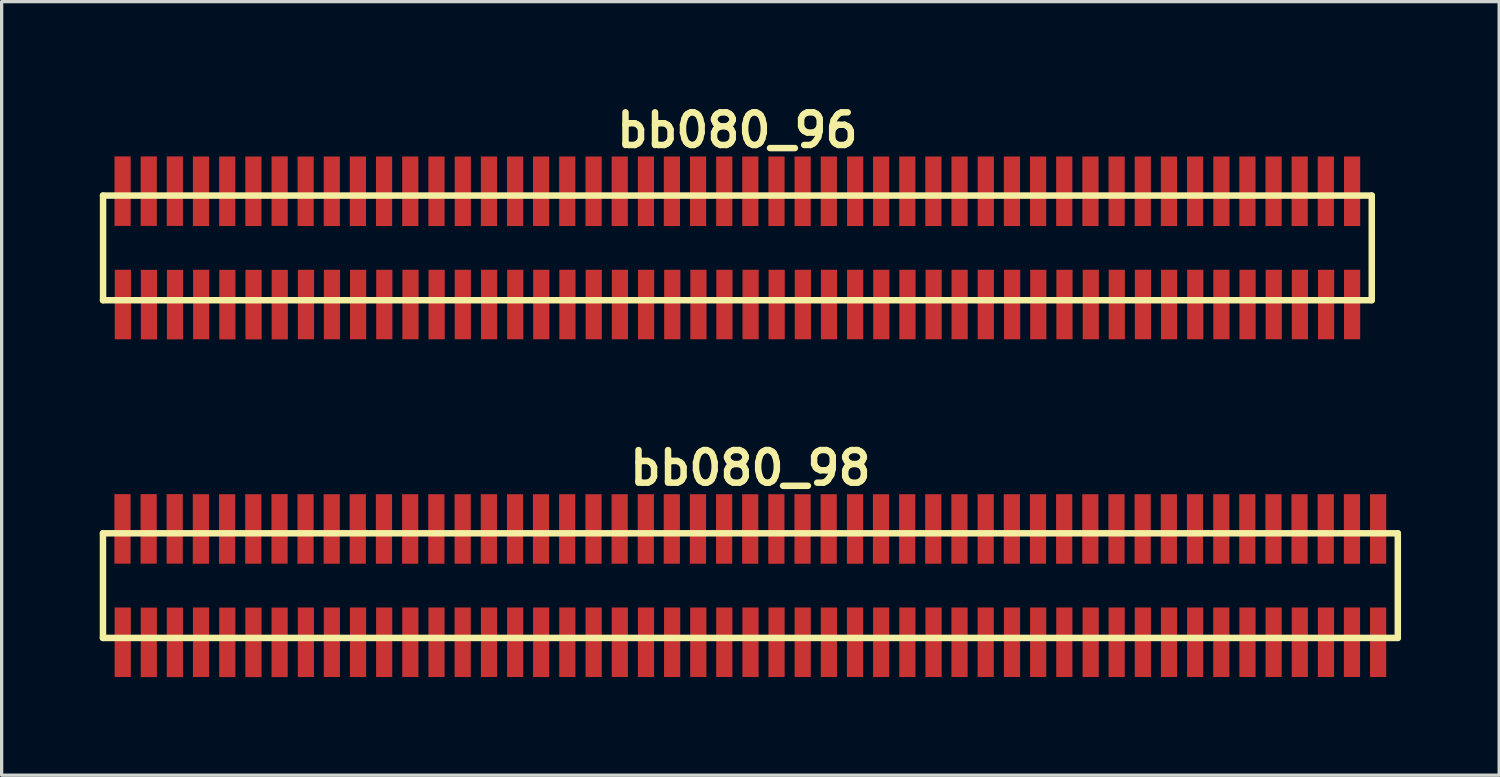
<source format=kicad_pcb>
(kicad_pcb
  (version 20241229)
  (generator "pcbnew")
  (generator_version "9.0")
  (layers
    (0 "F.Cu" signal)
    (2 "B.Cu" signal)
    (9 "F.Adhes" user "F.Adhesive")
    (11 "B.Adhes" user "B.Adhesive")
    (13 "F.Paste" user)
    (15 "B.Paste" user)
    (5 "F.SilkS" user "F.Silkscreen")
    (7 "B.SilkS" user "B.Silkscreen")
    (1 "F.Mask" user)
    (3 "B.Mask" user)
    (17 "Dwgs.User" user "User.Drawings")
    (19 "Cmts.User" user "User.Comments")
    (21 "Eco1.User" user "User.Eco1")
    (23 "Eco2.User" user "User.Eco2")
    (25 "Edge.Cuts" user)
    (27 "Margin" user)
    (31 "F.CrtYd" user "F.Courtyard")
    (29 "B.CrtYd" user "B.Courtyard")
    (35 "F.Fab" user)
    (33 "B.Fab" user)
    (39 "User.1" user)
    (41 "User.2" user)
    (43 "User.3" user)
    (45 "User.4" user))
  (footprint "bb080_98"
    (layer "F.Cu")
    (at 19.898 14.859)
    (property "Reference" "bb080_98" (at 0 -3.599 0) (layer "F.SilkS") (effects (font (size 0.998 0.998) (thickness 0.198))))
    (attr through_hole)
    (fp_line (start -19.799 -1.6) (end -19.799 1.6) (stroke (width 0.198) (type solid)) (layer "F.SilkS"))
    (fp_line (start -19.799 1.6) (end 19.799 1.6) (stroke (width 0.198) (type solid)) (layer "F.SilkS"))
    (fp_line (start 19.799 -1.6) (end -19.799 -1.6) (stroke (width 0.198) (type solid)) (layer "F.SilkS"))
    (fp_line (start 19.799 1.6) (end 19.799 -1.6) (stroke (width 0.198) (type solid)) (layer "F.SilkS"))
    (pad "1" smd rect (at -19.195 1.732) (size 0.495 2.126) (layers "F.Cu" "F.Mask" "F.Paste"))
    (pad "2" smd rect (at -19.202 -1.735) (size 0.495 2.126) (layers "F.Cu" "F.Mask" "F.Paste"))
    (pad "3" smd rect (at -18.397 1.735) (size 0.495 2.126) (layers "F.Cu" "F.Mask" "F.Paste"))
    (pad "4" smd rect (at -18.402 -1.735) (size 0.495 2.126) (layers "F.Cu" "F.Mask" "F.Paste"))
    (pad "5" smd rect (at -17.6 1.735) (size 0.495 2.126) (layers "F.Cu" "F.Mask" "F.Paste"))
    (pad "6" smd rect (at -17.605 -1.735) (size 0.495 2.126) (layers "F.Cu" "F.Mask" "F.Paste"))
    (pad "7" smd rect (at -16.8 1.732) (size 0.495 2.126) (layers "F.Cu" "F.Mask" "F.Paste"))
    (pad "8" smd rect (at -16.805 -1.732) (size 0.495 2.126) (layers "F.Cu" "F.Mask" "F.Paste"))
    (pad "9" smd rect (at -15.997 1.735) (size 0.495 2.126) (layers "F.Cu" "F.Mask" "F.Paste"))
    (pad "10" smd rect (at -16.002 -1.732) (size 0.495 2.126) (layers "F.Cu" "F.Mask" "F.Paste"))
    (pad "11" smd rect (at -15.197 1.735) (size 0.495 2.126) (layers "F.Cu" "F.Mask" "F.Paste"))
    (pad "12" smd rect (at -15.202 -1.732) (size 0.495 2.126) (layers "F.Cu" "F.Mask" "F.Paste"))
    (pad "13" smd rect (at -14.397 1.735) (size 0.495 2.126) (layers "F.Cu" "F.Mask" "F.Paste"))
    (pad "14" smd rect (at -14.399 -1.735) (size 0.495 2.126) (layers "F.Cu" "F.Mask" "F.Paste"))
    (pad "15" smd rect (at -13.594 1.732) (size 0.495 2.126) (layers "F.Cu" "F.Mask" "F.Paste"))
    (pad "16" smd rect (at -13.604 -1.732) (size 0.495 2.126) (layers "F.Cu" "F.Mask" "F.Paste"))
    (pad "17" smd rect (at -12.799 1.732) (size 0.495 2.126) (layers "F.Cu" "F.Mask" "F.Paste"))
    (pad "18" smd rect (at -12.804 -1.732) (size 0.495 2.126) (layers "F.Cu" "F.Mask" "F.Paste"))
    (pad "19" smd rect (at -11.999 1.732) (size 0.495 2.126) (layers "F.Cu" "F.Mask" "F.Paste"))
    (pad "20" smd rect (at -12.007 -1.732) (size 0.495 2.126) (layers "F.Cu" "F.Mask" "F.Paste"))
    (pad "21" smd rect (at -11.199 1.732) (size 0.495 2.126) (layers "F.Cu" "F.Mask" "F.Paste"))
    (pad "22" smd rect (at -11.206 -1.732) (size 0.495 2.126) (layers "F.Cu" "F.Mask" "F.Paste"))
    (pad "23" smd rect (at -10.399 1.732) (size 0.495 2.126) (layers "F.Cu" "F.Mask" "F.Paste"))
    (pad "24" smd rect (at -10.404 -1.732) (size 0.495 2.126) (layers "F.Cu" "F.Mask" "F.Paste"))
    (pad "25" smd rect (at -9.599 1.732) (size 0.495 2.126) (layers "F.Cu" "F.Mask" "F.Paste"))
    (pad "26" smd rect (at -9.604 -1.732) (size 0.495 2.126) (layers "F.Cu" "F.Mask" "F.Paste"))
    (pad "27" smd rect (at -8.799 1.732) (size 0.495 2.126) (layers "F.Cu" "F.Mask" "F.Paste"))
    (pad "28" smd rect (at -8.799 -1.732) (size 0.495 2.126) (layers "F.Cu" "F.Mask" "F.Paste"))
    (pad "29" smd rect (at -7.993 1.732) (size 0.495 2.126) (layers "F.Cu" "F.Mask" "F.Paste"))
    (pad "30" smd rect (at -7.998 -1.732) (size 0.495 2.126) (layers "F.Cu" "F.Mask" "F.Paste"))
    (pad "31" smd rect (at -7.193 1.732) (size 0.495 2.126) (layers "F.Cu" "F.Mask" "F.Paste"))
    (pad "32" smd rect (at -7.198 -1.732) (size 0.495 2.126) (layers "F.Cu" "F.Mask" "F.Paste"))
    (pad "33" smd rect (at -6.398 1.732) (size 0.495 2.126) (layers "F.Cu" "F.Mask" "F.Paste"))
    (pad "34" smd rect (at -6.403 -1.732) (size 0.495 2.126) (layers "F.Cu" "F.Mask" "F.Paste"))
    (pad "35" smd rect (at -5.598 1.732) (size 0.495 2.126) (layers "F.Cu" "F.Mask" "F.Paste"))
    (pad "36" smd rect (at -5.603 -1.732) (size 0.495 2.126) (layers "F.Cu" "F.Mask" "F.Paste"))
    (pad "37" smd rect (at -4.793 1.732) (size 0.495 2.126) (layers "F.Cu" "F.Mask" "F.Paste"))
    (pad "38" smd rect (at -4.798 -1.732) (size 0.495 2.126) (layers "F.Cu" "F.Mask" "F.Paste"))
    (pad "39" smd rect (at -3.993 1.732) (size 0.495 2.126) (layers "F.Cu" "F.Mask" "F.Paste"))
    (pad "40" smd rect (at -3.998 -1.732) (size 0.495 2.126) (layers "F.Cu" "F.Mask" "F.Paste"))
    (pad "41" smd rect (at -3.193 1.732) (size 0.495 2.126) (layers "F.Cu" "F.Mask" "F.Paste"))
    (pad "42" smd rect (at -3.198 -1.732) (size 0.495 2.126) (layers "F.Cu" "F.Mask" "F.Paste"))
    (pad "43" smd rect (at -2.393 1.732) (size 0.495 2.126) (layers "F.Cu" "F.Mask" "F.Paste"))
    (pad "44" smd rect (at -2.403 -1.732) (size 0.495 2.126) (layers "F.Cu" "F.Mask" "F.Paste"))
    (pad "45" smd rect (at -1.593 1.732) (size 0.495 2.126) (layers "F.Cu" "F.Mask" "F.Paste"))
    (pad "46" smd rect (at -1.603 -1.732) (size 0.495 2.126) (layers "F.Cu" "F.Mask" "F.Paste"))
    (pad "47" smd rect (at -0.798 1.732) (size 0.495 2.126) (layers "F.Cu" "F.Mask" "F.Paste"))
    (pad "48" smd rect (at -0.803 -1.732) (size 0.495 2.126) (layers "F.Cu" "F.Mask" "F.Paste"))
    (pad "49" smd rect (at 0.003 1.732) (size 0.495 2.126) (layers "F.Cu" "F.Mask" "F.Paste"))
    (pad "50" smd rect (at -0.005 -1.732) (size 0.495 2.126) (layers "F.Cu" "F.Mask" "F.Paste"))
    (pad "51" smd rect (at 0.8 1.732) (size 0.495 2.126) (layers "F.Cu" "F.Mask" "F.Paste"))
    (pad "52" smd rect (at 0.795 -1.732) (size 0.495 2.126) (layers "F.Cu" "F.Mask" "F.Paste"))
    (pad "53" smd rect (at 1.6 1.732) (size 0.495 2.126) (layers "F.Cu" "F.Mask" "F.Paste"))
    (pad "54" smd rect (at 1.595 -1.732) (size 0.495 2.126) (layers "F.Cu" "F.Mask" "F.Paste"))
    (pad "55" smd rect (at 2.4 1.732) (size 0.495 2.126) (layers "F.Cu" "F.Mask" "F.Paste"))
    (pad "56" smd rect (at 2.395 -1.732) (size 0.495 2.126) (layers "F.Cu" "F.Mask" "F.Paste"))
    (pad "57" smd rect (at 3.2 1.732) (size 0.495 2.126) (layers "F.Cu" "F.Mask" "F.Paste"))
    (pad "58" smd rect (at 3.2 -1.732) (size 0.495 2.126) (layers "F.Cu" "F.Mask" "F.Paste"))
    (pad "59" smd rect (at 4 1.732) (size 0.495 2.126) (layers "F.Cu" "F.Mask" "F.Paste"))
    (pad "60" smd rect (at 3.995 -1.732) (size 0.495 2.126) (layers "F.Cu" "F.Mask" "F.Paste"))
    (pad "61" smd rect (at 4.801 1.732) (size 0.495 2.126) (layers "F.Cu" "F.Mask" "F.Paste"))
    (pad "62" smd rect (at 4.796 -1.732) (size 0.495 2.126) (layers "F.Cu" "F.Mask" "F.Paste"))
    (pad "63" smd rect (at 5.601 1.732) (size 0.495 2.126) (layers "F.Cu" "F.Mask" "F.Paste"))
    (pad "64" smd rect (at 5.593 -1.732) (size 0.495 2.126) (layers "F.Cu" "F.Mask" "F.Paste"))
    (pad "65" smd rect (at 6.396 1.732) (size 0.495 2.126) (layers "F.Cu" "F.Mask" "F.Paste"))
    (pad "66" smd rect (at 6.393 -1.732) (size 0.495 2.126) (layers "F.Cu" "F.Mask" "F.Paste"))
    (pad "67" smd rect (at 7.196 1.732) (size 0.495 2.126) (layers "F.Cu" "F.Mask" "F.Paste"))
    (pad "68" smd rect (at 7.196 -1.732) (size 0.495 2.126) (layers "F.Cu" "F.Mask" "F.Paste"))
    (pad "69" smd rect (at 8.001 1.732) (size 0.495 2.126) (layers "F.Cu" "F.Mask" "F.Paste"))
    (pad "70" smd rect (at 7.996 -1.732) (size 0.495 2.126) (layers "F.Cu" "F.Mask" "F.Paste"))
    (pad "71" smd rect (at 8.801 1.732) (size 0.495 2.126) (layers "F.Cu" "F.Mask" "F.Paste"))
    (pad "72" smd rect (at 8.796 -1.732) (size 0.495 2.126) (layers "F.Cu" "F.Mask" "F.Paste"))
    (pad "73" smd rect (at 9.601 1.732) (size 0.495 2.126) (layers "F.Cu" "F.Mask" "F.Paste"))
    (pad "74" smd rect (at 9.596 -1.732) (size 0.495 2.126) (layers "F.Cu" "F.Mask" "F.Paste"))
    (pad "75" smd rect (at 10.406 1.732) (size 0.495 2.126) (layers "F.Cu" "F.Mask" "F.Paste"))
    (pad "76" smd rect (at 10.396 -1.732) (size 0.495 2.126) (layers "F.Cu" "F.Mask" "F.Paste"))
    (pad "77" smd rect (at 11.201 1.732) (size 0.495 2.126) (layers "F.Cu" "F.Mask" "F.Paste"))
    (pad "78" smd rect (at 11.196 -1.732) (size 0.495 2.126) (layers "F.Cu" "F.Mask" "F.Paste"))
    (pad "79" smd rect (at 12.002 1.732) (size 0.495 2.126) (layers "F.Cu" "F.Mask" "F.Paste"))
    (pad "80" smd rect (at 11.996 -1.732) (size 0.495 2.126) (layers "F.Cu" "F.Mask" "F.Paste"))
    (pad "81" smd rect (at 12.802 1.732) (size 0.495 2.126) (layers "F.Cu" "F.Mask" "F.Paste"))
    (pad "82" smd rect (at 12.797 -1.732) (size 0.495 2.126) (layers "F.Cu" "F.Mask" "F.Paste"))
    (pad "83" smd rect (at 13.602 1.732) (size 0.495 2.126) (layers "F.Cu" "F.Mask" "F.Paste"))
    (pad "84" smd rect (at 13.597 -1.732) (size 0.495 2.126) (layers "F.Cu" "F.Mask" "F.Paste"))
    (pad "85" smd rect (at 14.402 1.732) (size 0.495 2.126) (layers "F.Cu" "F.Mask" "F.Paste"))
    (pad "86" smd rect (at 14.402 -1.732) (size 0.495 2.126) (layers "F.Cu" "F.Mask" "F.Paste"))
    (pad "87" smd rect (at 15.202 1.732) (size 0.495 2.126) (layers "F.Cu" "F.Mask" "F.Paste"))
    (pad "88" smd rect (at 15.197 -1.732) (size 0.495 2.126) (layers "F.Cu" "F.Mask" "F.Paste"))
    (pad "89" smd rect (at 16.002 1.732) (size 0.495 2.126) (layers "F.Cu" "F.Mask" "F.Paste"))
    (pad "90" smd rect (at 15.997 -1.732) (size 0.495 2.126) (layers "F.Cu" "F.Mask" "F.Paste"))
    (pad "91" smd rect (at 16.802 1.732) (size 0.495 2.126) (layers "F.Cu" "F.Mask" "F.Paste"))
    (pad "92" smd rect (at 16.794 -1.732) (size 0.495 2.126) (layers "F.Cu" "F.Mask" "F.Paste"))
    (pad "93" smd rect (at 17.602 1.732) (size 0.495 2.126) (layers "F.Cu" "F.Mask" "F.Paste"))
    (pad "94" smd rect (at 17.595 -1.732) (size 0.495 2.126) (layers "F.Cu" "F.Mask" "F.Paste"))
    (pad "95" smd rect (at 18.397 1.732) (size 0.495 2.126) (layers "F.Cu" "F.Mask" "F.Paste"))
    (pad "96" smd rect (at 18.397 -1.732) (size 0.495 2.126) (layers "F.Cu" "F.Mask" "F.Paste"))
    (pad "97" smd rect (at 19.197 1.732) (size 0.495 2.126) (layers "F.Cu" "F.Mask" "F.Paste"))
    (pad "98" smd rect (at 19.197 -1.732) (size 0.495 2.126) (layers "F.Cu" "F.Mask" "F.Paste")))
  (footprint "bb080_96"
    (layer "F.Cu")
    (at 19.5 4.531)
    (property "Reference" "bb080_96" (at 0 -3.599 0) (layer "F.SilkS") (effects (font (size 0.998 0.998) (thickness 0.198))))
    (attr through_hole)
    (fp_line (start -19.401 -1.6) (end 19.401 -1.6) (stroke (width 0.198) (type solid)) (layer "F.SilkS"))
    (fp_line (start -19.398 -1.6) (end -19.398 1.6) (stroke (width 0.198) (type solid)) (layer "F.SilkS"))
    (fp_line (start 19.401 1.6) (end -19.401 1.6) (stroke (width 0.198) (type solid)) (layer "F.SilkS"))
    (fp_line (start 19.401 1.6) (end 19.401 -1.6) (stroke (width 0.198) (type solid)) (layer "F.SilkS"))
    (pad "1" smd rect (at -18.793 1.732) (size 0.495 2.126) (layers "F.Cu" "F.Mask" "F.Paste"))
    (pad "2" smd rect (at -18.801 -1.735) (size 0.495 2.126) (layers "F.Cu" "F.Mask" "F.Paste"))
    (pad "3" smd rect (at -17.996 1.735) (size 0.495 2.126) (layers "F.Cu" "F.Mask" "F.Paste"))
    (pad "4" smd rect (at -18.001 -1.735) (size 0.495 2.126) (layers "F.Cu" "F.Mask" "F.Paste"))
    (pad "5" smd rect (at -17.198 1.735) (size 0.495 2.126) (layers "F.Cu" "F.Mask" "F.Paste"))
    (pad "6" smd rect (at -17.203 -1.735) (size 0.495 2.126) (layers "F.Cu" "F.Mask" "F.Paste"))
    (pad "7" smd rect (at -16.398 1.732) (size 0.495 2.126) (layers "F.Cu" "F.Mask" "F.Paste"))
    (pad "8" smd rect (at -16.403 -1.732) (size 0.495 2.126) (layers "F.Cu" "F.Mask" "F.Paste"))
    (pad "9" smd rect (at -15.596 1.735) (size 0.495 2.126) (layers "F.Cu" "F.Mask" "F.Paste"))
    (pad "10" smd rect (at -15.601 -1.732) (size 0.495 2.126) (layers "F.Cu" "F.Mask" "F.Paste"))
    (pad "11" smd rect (at -14.796 1.735) (size 0.495 2.126) (layers "F.Cu" "F.Mask" "F.Paste"))
    (pad "12" smd rect (at -14.801 -1.732) (size 0.495 2.126) (layers "F.Cu" "F.Mask" "F.Paste"))
    (pad "13" smd rect (at -13.995 1.735) (size 0.495 2.126) (layers "F.Cu" "F.Mask" "F.Paste"))
    (pad "14" smd rect (at -13.998 -1.735) (size 0.495 2.126) (layers "F.Cu" "F.Mask" "F.Paste"))
    (pad "15" smd rect (at -13.193 1.732) (size 0.495 2.126) (layers "F.Cu" "F.Mask" "F.Paste"))
    (pad "16" smd rect (at -13.203 -1.732) (size 0.495 2.126) (layers "F.Cu" "F.Mask" "F.Paste"))
    (pad "17" smd rect (at -12.398 1.732) (size 0.495 2.126) (layers "F.Cu" "F.Mask" "F.Paste"))
    (pad "18" smd rect (at -12.403 -1.732) (size 0.495 2.126) (layers "F.Cu" "F.Mask" "F.Paste"))
    (pad "19" smd rect (at -11.598 1.732) (size 0.495 2.126) (layers "F.Cu" "F.Mask" "F.Paste"))
    (pad "20" smd rect (at -11.605 -1.732) (size 0.495 2.126) (layers "F.Cu" "F.Mask" "F.Paste"))
    (pad "21" smd rect (at -10.798 1.732) (size 0.495 2.126) (layers "F.Cu" "F.Mask" "F.Paste"))
    (pad "22" smd rect (at -10.805 -1.732) (size 0.495 2.126) (layers "F.Cu" "F.Mask" "F.Paste"))
    (pad "23" smd rect (at -9.997 1.732) (size 0.495 2.126) (layers "F.Cu" "F.Mask" "F.Paste"))
    (pad "24" smd rect (at -10.003 -1.732) (size 0.495 2.126) (layers "F.Cu" "F.Mask" "F.Paste"))
    (pad "25" smd rect (at -9.197 1.732) (size 0.495 2.126) (layers "F.Cu" "F.Mask" "F.Paste"))
    (pad "26" smd rect (at -9.202 -1.732) (size 0.495 2.126) (layers "F.Cu" "F.Mask" "F.Paste"))
    (pad "27" smd rect (at -8.397 1.732) (size 0.495 2.126) (layers "F.Cu" "F.Mask" "F.Paste"))
    (pad "28" smd rect (at -8.397 -1.732) (size 0.495 2.126) (layers "F.Cu" "F.Mask" "F.Paste"))
    (pad "29" smd rect (at -7.592 1.732) (size 0.495 2.126) (layers "F.Cu" "F.Mask" "F.Paste"))
    (pad "30" smd rect (at -7.597 -1.732) (size 0.495 2.126) (layers "F.Cu" "F.Mask" "F.Paste"))
    (pad "31" smd rect (at -6.792 1.732) (size 0.495 2.126) (layers "F.Cu" "F.Mask" "F.Paste"))
    (pad "32" smd rect (at -6.797 -1.732) (size 0.495 2.126) (layers "F.Cu" "F.Mask" "F.Paste"))
    (pad "33" smd rect (at -5.997 1.732) (size 0.495 2.126) (layers "F.Cu" "F.Mask" "F.Paste"))
    (pad "34" smd rect (at -6.002 -1.732) (size 0.495 2.126) (layers "F.Cu" "F.Mask" "F.Paste"))
    (pad "35" smd rect (at -5.197 1.732) (size 0.495 2.126) (layers "F.Cu" "F.Mask" "F.Paste"))
    (pad "36" smd rect (at -5.202 -1.732) (size 0.495 2.126) (layers "F.Cu" "F.Mask" "F.Paste"))
    (pad "37" smd rect (at -4.392 1.732) (size 0.495 2.126) (layers "F.Cu" "F.Mask" "F.Paste"))
    (pad "38" smd rect (at -4.397 -1.732) (size 0.495 2.126) (layers "F.Cu" "F.Mask" "F.Paste"))
    (pad "39" smd rect (at -3.592 1.732) (size 0.495 2.126) (layers "F.Cu" "F.Mask" "F.Paste"))
    (pad "40" smd rect (at -3.597 -1.732) (size 0.495 2.126) (layers "F.Cu" "F.Mask" "F.Paste"))
    (pad "41" smd rect (at -2.791 1.732) (size 0.495 2.126) (layers "F.Cu" "F.Mask" "F.Paste"))
    (pad "42" smd rect (at -2.797 -1.732) (size 0.495 2.126) (layers "F.Cu" "F.Mask" "F.Paste"))
    (pad "43" smd rect (at -1.991 1.732) (size 0.495 2.126) (layers "F.Cu" "F.Mask" "F.Paste"))
    (pad "44" smd rect (at -2.002 -1.732) (size 0.495 2.126) (layers "F.Cu" "F.Mask" "F.Paste"))
    (pad "45" smd rect (at -1.191 1.732) (size 0.495 2.126) (layers "F.Cu" "F.Mask" "F.Paste"))
    (pad "46" smd rect (at -1.201 -1.732) (size 0.495 2.126) (layers "F.Cu" "F.Mask" "F.Paste"))
    (pad "47" smd rect (at -0.396 1.732) (size 0.495 2.126) (layers "F.Cu" "F.Mask" "F.Paste"))
    (pad "48" smd rect (at -0.401 -1.732) (size 0.495 2.126) (layers "F.Cu" "F.Mask" "F.Paste"))
    (pad "49" smd rect (at 0.404 1.732) (size 0.495 2.126) (layers "F.Cu" "F.Mask" "F.Paste"))
    (pad "50" smd rect (at 0.396 -1.732) (size 0.495 2.126) (layers "F.Cu" "F.Mask" "F.Paste"))
    (pad "51" smd rect (at 1.201 1.732) (size 0.495 2.126) (layers "F.Cu" "F.Mask" "F.Paste"))
    (pad "52" smd rect (at 1.196 -1.732) (size 0.495 2.126) (layers "F.Cu" "F.Mask" "F.Paste"))
    (pad "53" smd rect (at 2.002 1.732) (size 0.495 2.126) (layers "F.Cu" "F.Mask" "F.Paste"))
    (pad "54" smd rect (at 1.996 -1.732) (size 0.495 2.126) (layers "F.Cu" "F.Mask" "F.Paste"))
    (pad "55" smd rect (at 2.802 1.732) (size 0.495 2.126) (layers "F.Cu" "F.Mask" "F.Paste"))
    (pad "56" smd rect (at 2.797 -1.732) (size 0.495 2.126) (layers "F.Cu" "F.Mask" "F.Paste"))
    (pad "57" smd rect (at 3.602 1.732) (size 0.495 2.126) (layers "F.Cu" "F.Mask" "F.Paste"))
    (pad "58" smd rect (at 3.602 -1.732) (size 0.495 2.126) (layers "F.Cu" "F.Mask" "F.Paste"))
    (pad "59" smd rect (at 4.402 1.732) (size 0.495 2.126) (layers "F.Cu" "F.Mask" "F.Paste"))
    (pad "60" smd rect (at 4.397 -1.732) (size 0.495 2.126) (layers "F.Cu" "F.Mask" "F.Paste"))
    (pad "61" smd rect (at 5.202 1.732) (size 0.495 2.126) (layers "F.Cu" "F.Mask" "F.Paste"))
    (pad "62" smd rect (at 5.197 -1.732) (size 0.495 2.126) (layers "F.Cu" "F.Mask" "F.Paste"))
    (pad "63" smd rect (at 6.002 1.732) (size 0.495 2.126) (layers "F.Cu" "F.Mask" "F.Paste"))
    (pad "64" smd rect (at 5.994 -1.732) (size 0.495 2.126) (layers "F.Cu" "F.Mask" "F.Paste"))
    (pad "65" smd rect (at 6.797 1.732) (size 0.495 2.126) (layers "F.Cu" "F.Mask" "F.Paste"))
    (pad "66" smd rect (at 6.795 -1.732) (size 0.495 2.126) (layers "F.Cu" "F.Mask" "F.Paste"))
    (pad "67" smd rect (at 7.597 1.732) (size 0.495 2.126) (layers "F.Cu" "F.Mask" "F.Paste"))
    (pad "68" smd rect (at 7.597 -1.732) (size 0.495 2.126) (layers "F.Cu" "F.Mask" "F.Paste"))
    (pad "69" smd rect (at 8.402 1.732) (size 0.495 2.126) (layers "F.Cu" "F.Mask" "F.Paste"))
    (pad "70" smd rect (at 8.397 -1.732) (size 0.495 2.126) (layers "F.Cu" "F.Mask" "F.Paste"))
    (pad "71" smd rect (at 9.202 1.732) (size 0.495 2.126) (layers "F.Cu" "F.Mask" "F.Paste"))
    (pad "72" smd rect (at 9.197 -1.732) (size 0.495 2.126) (layers "F.Cu" "F.Mask" "F.Paste"))
    (pad "73" smd rect (at 10.003 1.732) (size 0.495 2.126) (layers "F.Cu" "F.Mask" "F.Paste"))
    (pad "74" smd rect (at 9.997 -1.732) (size 0.495 2.126) (layers "F.Cu" "F.Mask" "F.Paste"))
    (pad "75" smd rect (at 10.808 1.732) (size 0.495 2.126) (layers "F.Cu" "F.Mask" "F.Paste"))
    (pad "76" smd rect (at 10.798 -1.732) (size 0.495 2.126) (layers "F.Cu" "F.Mask" "F.Paste"))
    (pad "77" smd rect (at 11.603 1.732) (size 0.495 2.126) (layers "F.Cu" "F.Mask" "F.Paste"))
    (pad "78" smd rect (at 11.598 -1.732) (size 0.495 2.126) (layers "F.Cu" "F.Mask" "F.Paste"))
    (pad "79" smd rect (at 12.403 1.732) (size 0.495 2.126) (layers "F.Cu" "F.Mask" "F.Paste"))
    (pad "80" smd rect (at 12.398 -1.732) (size 0.495 2.126) (layers "F.Cu" "F.Mask" "F.Paste"))
    (pad "81" smd rect (at 13.203 1.732) (size 0.495 2.126) (layers "F.Cu" "F.Mask" "F.Paste"))
    (pad "82" smd rect (at 13.198 -1.732) (size 0.495 2.126) (layers "F.Cu" "F.Mask" "F.Paste"))
    (pad "83" smd rect (at 14.003 1.732) (size 0.495 2.126) (layers "F.Cu" "F.Mask" "F.Paste"))
    (pad "84" smd rect (at 13.998 -1.732) (size 0.495 2.126) (layers "F.Cu" "F.Mask" "F.Paste"))
    (pad "85" smd rect (at 14.803 1.732) (size 0.495 2.126) (layers "F.Cu" "F.Mask" "F.Paste"))
    (pad "86" smd rect (at 14.803 -1.732) (size 0.495 2.126) (layers "F.Cu" "F.Mask" "F.Paste"))
    (pad "87" smd rect (at 15.603 1.732) (size 0.495 2.126) (layers "F.Cu" "F.Mask" "F.Paste"))
    (pad "88" smd rect (at 15.598 -1.732) (size 0.495 2.126) (layers "F.Cu" "F.Mask" "F.Paste"))
    (pad "89" smd rect (at 16.403 1.732) (size 0.495 2.126) (layers "F.Cu" "F.Mask" "F.Paste"))
    (pad "90" smd rect (at 16.398 -1.732) (size 0.495 2.126) (layers "F.Cu" "F.Mask" "F.Paste"))
    (pad "91" smd rect (at 17.203 1.732) (size 0.495 2.126) (layers "F.Cu" "F.Mask" "F.Paste"))
    (pad "92" smd rect (at 17.196 -1.732) (size 0.495 2.126) (layers "F.Cu" "F.Mask" "F.Paste"))
    (pad "93" smd rect (at 18.004 1.732) (size 0.495 2.126) (layers "F.Cu" "F.Mask" "F.Paste"))
    (pad "94" smd rect (at 17.996 -1.732) (size 0.495 2.126) (layers "F.Cu" "F.Mask" "F.Paste"))
    (pad "95" smd rect (at 18.799 1.732) (size 0.495 2.126) (layers "F.Cu" "F.Mask" "F.Paste"))
    (pad "96" smd rect (at 18.799 -1.732) (size 0.495 2.126) (layers "F.Cu" "F.Mask" "F.Paste")))
  (gr_rect
    (start -3 -3)
    (end 42.797 20.657)
    (stroke (width 0.1) (type default))
    (fill no)
    (layer "Edge.Cuts")))
</source>
